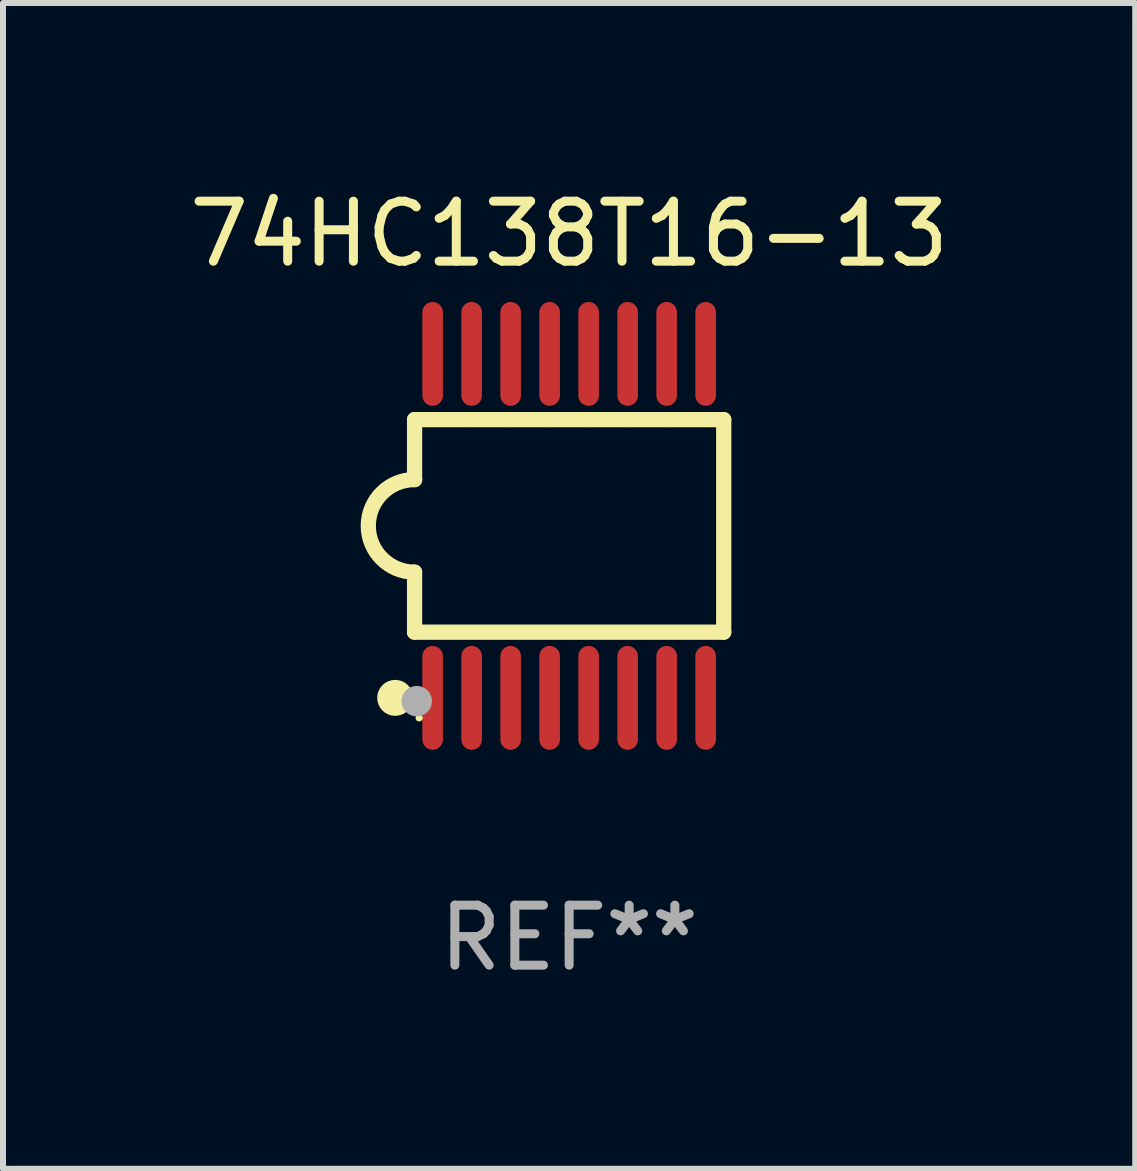
<source format=kicad_pcb>
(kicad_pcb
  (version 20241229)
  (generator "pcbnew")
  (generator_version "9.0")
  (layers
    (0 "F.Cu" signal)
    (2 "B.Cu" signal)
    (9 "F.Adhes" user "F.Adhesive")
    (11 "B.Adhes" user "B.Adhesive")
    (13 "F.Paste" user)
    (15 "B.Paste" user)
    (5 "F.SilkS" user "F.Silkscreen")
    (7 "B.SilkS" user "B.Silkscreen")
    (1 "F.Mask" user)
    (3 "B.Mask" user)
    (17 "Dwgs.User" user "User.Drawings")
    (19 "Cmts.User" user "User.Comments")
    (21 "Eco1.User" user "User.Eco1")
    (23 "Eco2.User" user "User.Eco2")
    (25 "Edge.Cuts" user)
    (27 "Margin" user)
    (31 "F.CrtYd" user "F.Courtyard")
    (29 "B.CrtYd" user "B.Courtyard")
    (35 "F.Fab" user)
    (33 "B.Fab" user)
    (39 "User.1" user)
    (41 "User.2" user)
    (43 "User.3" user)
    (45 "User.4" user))
  (footprint "74HC138T16-13"
    (layer "F.Cu")
    (at 6.435 5.714)
    (property "Reference" "74HC138T16-13" (at 0 -4.866 0) (layer "F.SilkS") (effects (font (size 1 1) (thickness 0.15))))
    (attr through_hole)
    (fp_line (start -2.576 -1.771) (end -2.576 -0.771) (stroke (width 0.254) (type solid)) (layer "F.SilkS"))
    (fp_line (start -2.576 -1.771) (end -2.289 -1.771) (stroke (width 0.254) (type solid)) (layer "F.SilkS"))
    (fp_line (start -2.576 1.771) (end -2.576 0.771) (stroke (width 0.254) (type solid)) (layer "F.SilkS"))
    (fp_line (start -2.261 -1.771) (end -1.639 -1.771) (stroke (width 0.254) (type solid)) (layer "F.SilkS"))
    (fp_line (start -1.612 -1.771) (end -0.989 -1.771) (stroke (width 0.254) (type solid)) (layer "F.SilkS"))
    (fp_line (start -0.962 -1.771) (end -0.338 -1.771) (stroke (width 0.254) (type solid)) (layer "F.SilkS"))
    (fp_line (start -0.311 -1.771) (end 0.312 -1.771) (stroke (width 0.254) (type solid)) (layer "F.SilkS"))
    (fp_line (start 0.339 -1.771) (end 0.962 -1.771) (stroke (width 0.254) (type solid)) (layer "F.SilkS"))
    (fp_line (start 0.989 -1.771) (end 1.612 -1.771) (stroke (width 0.254) (type solid)) (layer "F.SilkS"))
    (fp_line (start 1.639 -1.771) (end 2.261 -1.771) (stroke (width 0.254) (type solid)) (layer "F.SilkS"))
    (fp_line (start 2.289 -1.771) (end 2.576 -1.771) (stroke (width 0.254) (type solid)) (layer "F.SilkS"))
    (fp_line (start 2.576 -1.771) (end 2.576 1.771) (stroke (width 0.254) (type solid)) (layer "F.SilkS"))
    (fp_line (start 2.576 1.771) (end -2.576 1.771) (stroke (width 0.254) (type solid)) (layer "F.SilkS"))
    (fp_arc (start -2.576226 0.7714) (mid -3.346889 -0.000648) (end -2.575311 -0.771781) (stroke (width 0.254001) (type solid)) (layer "F.SilkS"))
    (fp_circle (center -2.899 2.866) (end -2.749 2.866) (stroke (width 0.3) (type solid)) (fill no) (layer "F.SilkS"))
    (fp_circle (center -2.5 3.2) (end -2.47 3.2) (stroke (width 0.06) (type solid)) (fill no) (layer "F.SilkS"))
    (fp_circle (center -2.54 2.921) (end -2.413 2.921) (stroke (width 0.254) (type solid)) (fill no) (layer "F.Fab"))
    (fp_text user "REF**" (at 0 6.866 0) (layer "F.Fab") (effects (font (size 1 1) (thickness 0.15))))
    (pad "1" smd oval (at -2.275 2.866) (size 0.343 1.731) (layers "F.Cu" "F.Mask" "F.Paste"))
    (pad "2" smd oval (at -1.625 2.866) (size 0.343 1.731) (layers "F.Cu" "F.Mask" "F.Paste"))
    (pad "3" smd oval (at -0.975 2.866) (size 0.343 1.731) (layers "F.Cu" "F.Mask" "F.Paste"))
    (pad "4" smd oval (at -0.325 2.866) (size 0.343 1.731) (layers "F.Cu" "F.Mask" "F.Paste"))
    (pad "5" smd oval (at 0.325 2.866) (size 0.343 1.731) (layers "F.Cu" "F.Mask" "F.Paste"))
    (pad "6" smd oval (at 0.975 2.866) (size 0.343 1.731) (layers "F.Cu" "F.Mask" "F.Paste"))
    (pad "7" smd oval (at 1.625 2.866) (size 0.343 1.731) (layers "F.Cu" "F.Mask" "F.Paste"))
    (pad "8" smd oval (at 2.275 2.866) (size 0.343 1.731) (layers "F.Cu" "F.Mask" "F.Paste"))
    (pad "9" smd oval (at 2.275 -2.866) (size 0.343 1.731) (layers "F.Cu" "F.Mask" "F.Paste"))
    (pad "10" smd oval (at 1.625 -2.866) (size 0.343 1.731) (layers "F.Cu" "F.Mask" "F.Paste"))
    (pad "11" smd oval (at 0.975 -2.866) (size 0.343 1.731) (layers "F.Cu" "F.Mask" "F.Paste"))
    (pad "12" smd oval (at 0.325 -2.866) (size 0.343 1.731) (layers "F.Cu" "F.Mask" "F.Paste"))
    (pad "13" smd oval (at -0.325 -2.866) (size 0.343 1.731) (layers "F.Cu" "F.Mask" "F.Paste"))
    (pad "14" smd oval (at -0.975 -2.866) (size 0.343 1.731) (layers "F.Cu" "F.Mask" "F.Paste"))
    (pad "15" smd oval (at -1.625 -2.866) (size 0.343 1.731) (layers "F.Cu" "F.Mask" "F.Paste"))
    (pad "16" smd oval (at -2.275 -2.866) (size 0.343 1.731) (layers "F.Cu" "F.Mask" "F.Paste")))
  (gr_rect
    (start -3 -3)
    (end 15.869 16.428)
    (stroke (width 0.1) (type default))
    (fill no)
    (layer "Edge.Cuts")))
</source>
